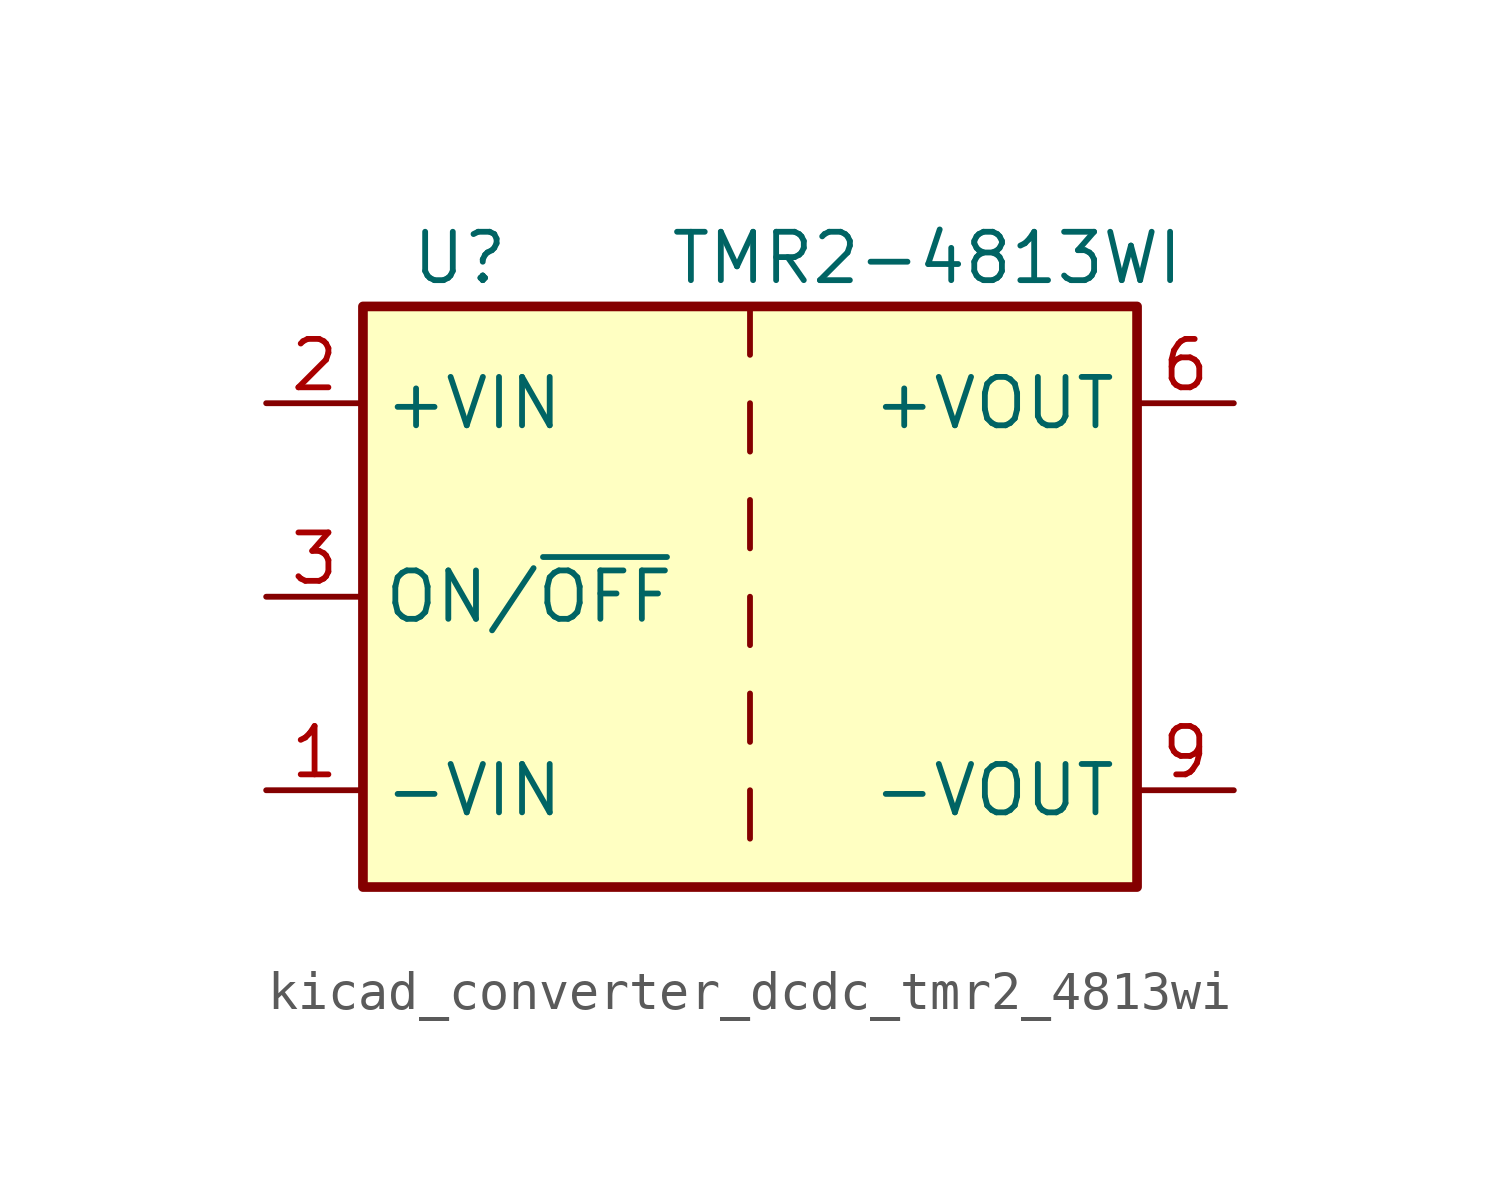
<source format=kicad_sym>
(kicad_symbol_lib
  (version 20220914)
  (generator kicad_symbol_editor)
  (symbol "kicad_converter_dcdc_tmr2_4813wi"
    (property "Reference" "U"
      (at -7.62 8.89 0)
      (effects (font (size 1.27 1.27))))
    (property "Value" "TMR2-4813WI"
      (at 11.43 8.89 0)
      (effects (font (size 1.27 1.27)) (justify right)))
    (symbol "kicad_converter_dcdc_tmr2_4813wi_0_1"
      (rectangle (start -10.16 7.62) (end 10.16 -7.62) (stroke (width 0.254) (type default)) (fill (type background)))
      (polyline (pts (xy 0 -5.08) (xy 0 -6.35)) (stroke (width 0) (type default)) (fill (type none)))
      (polyline (pts (xy 0 -2.54) (xy 0 -3.81)) (stroke (width 0) (type default)) (fill (type none)))
      (polyline (pts (xy 0 0) (xy 0 -1.27)) (stroke (width 0) (type default)) (fill (type none)))
      (polyline (pts (xy 0 2.54) (xy 0 1.27)) (stroke (width 0) (type default)) (fill (type none)))
      (polyline (pts (xy 0 5.08) (xy 0 3.81)) (stroke (width 0) (type default)) (fill (type none)))
      (polyline (pts (xy 0 7.62) (xy 0 6.35)) (stroke (width 0) (type default)) (fill (type none))))
    (symbol "kicad_converter_dcdc_tmr2_4813wi_1_1"
      (pin power_in line (at -12.7 -5.08 0) (length 2.54) (name "-VIN" (effects (font (size 1.27 1.27)))) (number "1" (effects (font (size 1.27 1.27)))))
      (pin power_in line (at -12.7 5.08 0) (length 2.54) (name "+VIN" (effects (font (size 1.27 1.27)))) (number "2" (effects (font (size 1.27 1.27)))))
      (pin input line (at -12.7 0 0) (length 2.54) (name "ON/~{OFF}" (effects (font (size 1.27 1.27)))) (number "3" (effects (font (size 1.27 1.27)))))
      (pin power_out line (at 12.7 5.08 180) (length 2.54) (name "+VOUT" (effects (font (size 1.27 1.27)))) (number "6" (effects (font (size 1.27 1.27)))))
      (pin no_connect line (at 10.16 2.54 180) (length 2.54) hide (name "NC" (effects (font (size 1.27 1.27)))) (number "7" (effects (font (size 1.27 1.27)))))
      (pin no_connect line (at 10.16 0 180) (length 2.54) hide (name "NC" (effects (font (size 1.27 1.27)))) (number "8" (effects (font (size 1.27 1.27)))))
      (pin power_out line (at 12.7 -5.08 180) (length 2.54) (name "-VOUT" (effects (font (size 1.27 1.27)))) (number "9" (effects (font (size 1.27 1.27))))))))
</source>
